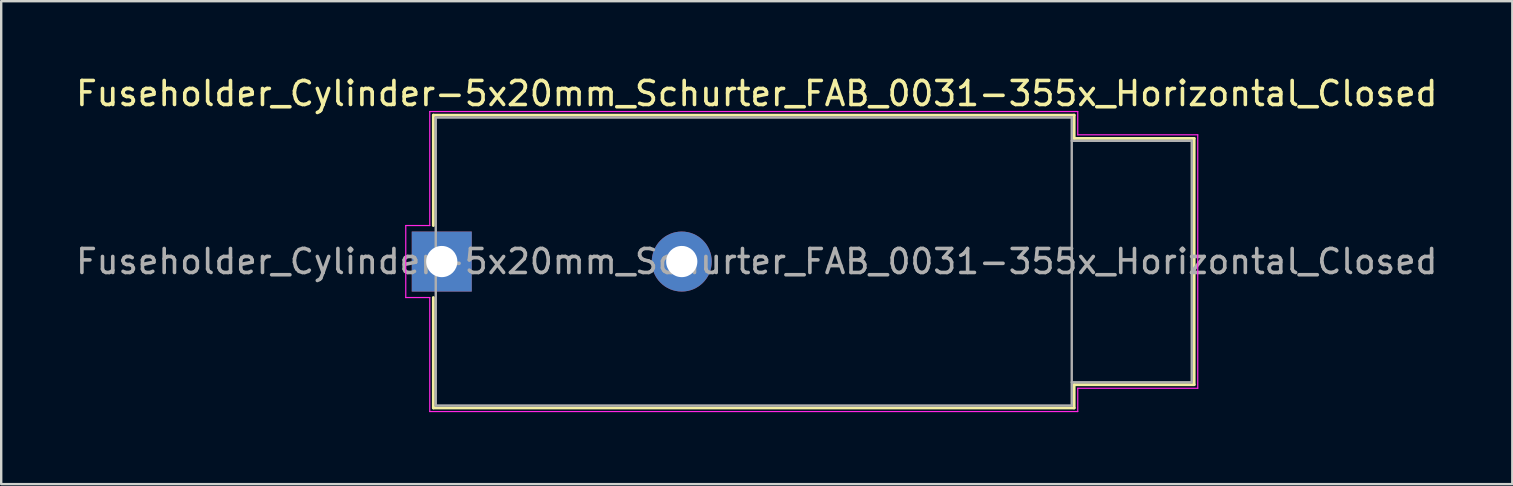
<source format=kicad_pcb>
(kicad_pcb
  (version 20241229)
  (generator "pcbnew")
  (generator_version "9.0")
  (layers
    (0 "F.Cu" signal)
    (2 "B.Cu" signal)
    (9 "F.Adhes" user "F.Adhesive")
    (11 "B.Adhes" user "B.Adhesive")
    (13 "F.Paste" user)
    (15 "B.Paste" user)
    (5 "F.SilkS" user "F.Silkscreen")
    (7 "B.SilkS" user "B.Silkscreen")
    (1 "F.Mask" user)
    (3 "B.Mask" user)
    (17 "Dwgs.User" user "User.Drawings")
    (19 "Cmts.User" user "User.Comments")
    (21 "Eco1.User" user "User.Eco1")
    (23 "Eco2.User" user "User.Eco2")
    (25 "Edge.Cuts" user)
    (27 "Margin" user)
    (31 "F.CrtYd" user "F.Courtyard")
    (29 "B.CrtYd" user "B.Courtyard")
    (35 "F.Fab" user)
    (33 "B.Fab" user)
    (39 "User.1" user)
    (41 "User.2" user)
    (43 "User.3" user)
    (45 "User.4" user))
  (footprint "Fuseholder_Cylinder-5x20mm_Schurter_FAB_0031-355x_Horizontal_Closed"
    (layer "F.Cu")
    (at 15.357 7.848)
    (property "Reference" "Fuseholder_Cylinder-5x20mm_Schurter_FAB_0031-355x_Horizontal_Closed" (at 13.125 -7 0) (layer "F.SilkS") (effects (font (size 1 1) (thickness 0.15))))
    (attr through_hole)
    (fp_line (start -0.35 -6.1) (end -0.35 -1.5) (stroke (width 0.12) (type solid)) (layer "F.SilkS"))
    (fp_line (start -0.35 1.5) (end -0.35 6.1) (stroke (width 0.12) (type solid)) (layer "F.SilkS"))
    (fp_line (start -0.35 6.1) (end 26.35 6.1) (stroke (width 0.12) (type solid)) (layer "F.SilkS"))
    (fp_line (start 26.35 -6.1) (end -0.35 -6.1) (stroke (width 0.12) (type solid)) (layer "F.SilkS"))
    (fp_line (start 26.35 -5.13) (end 26.35 -6.1) (stroke (width 0.12) (type solid)) (layer "F.SilkS"))
    (fp_line (start 26.35 -5.13) (end 31.35 -5.13) (stroke (width 0.12) (type solid)) (layer "F.SilkS"))
    (fp_line (start 26.35 5.13) (end 26.35 6.1) (stroke (width 0.12) (type solid)) (layer "F.SilkS"))
    (fp_line (start 31.35 -5.13) (end 31.35 5.13) (stroke (width 0.12) (type solid)) (layer "F.SilkS"))
    (fp_line (start 31.35 5.13) (end 26.35 5.13) (stroke (width 0.12) (type solid)) (layer "F.SilkS"))
    (fp_line (start -1.5 -1.5) (end -1.5 1.5) (stroke (width 0.05) (type solid)) (layer "F.CrtYd"))
    (fp_line (start -1.5 1.5) (end -0.5 1.5) (stroke (width 0.05) (type solid)) (layer "F.CrtYd"))
    (fp_line (start -0.5 -6.25) (end -0.5 -1.5) (stroke (width 0.05) (type solid)) (layer "F.CrtYd"))
    (fp_line (start -0.5 -6.25) (end 26.5 -6.25) (stroke (width 0.05) (type solid)) (layer "F.CrtYd"))
    (fp_line (start -0.5 -1.5) (end -1.5 -1.5) (stroke (width 0.05) (type solid)) (layer "F.CrtYd"))
    (fp_line (start -0.5 1.5) (end -0.5 6.25) (stroke (width 0.05) (type solid)) (layer "F.CrtYd"))
    (fp_line (start 26.5 -6.25) (end 26.5 -5.28) (stroke (width 0.05) (type solid)) (layer "F.CrtYd"))
    (fp_line (start 26.5 5.28) (end 26.5 6.25) (stroke (width 0.05) (type solid)) (layer "F.CrtYd"))
    (fp_line (start 26.5 5.28) (end 31.5 5.28) (stroke (width 0.05) (type solid)) (layer "F.CrtYd"))
    (fp_line (start 26.5 6.25) (end -0.5 6.25) (stroke (width 0.05) (type solid)) (layer "F.CrtYd"))
    (fp_line (start 31.5 -5.28) (end 26.5 -5.28) (stroke (width 0.05) (type solid)) (layer "F.CrtYd"))
    (fp_line (start 31.5 5.28) (end 31.5 -5.28) (stroke (width 0.05) (type solid)) (layer "F.CrtYd"))
    (fp_line (start -0.25 -6) (end 26.25 -6) (stroke (width 0.1) (type solid)) (layer "F.Fab"))
    (fp_line (start -0.25 6) (end -0.25 -6) (stroke (width 0.1) (type solid)) (layer "F.Fab"))
    (fp_line (start 26.25 -6) (end 26.25 6) (stroke (width 0.1) (type solid)) (layer "F.Fab"))
    (fp_line (start 26.25 -5.03) (end 31.25 -5.03) (stroke (width 0.1) (type solid)) (layer "F.Fab"))
    (fp_line (start 26.25 6) (end -0.25 6) (stroke (width 0.1) (type solid)) (layer "F.Fab"))
    (fp_line (start 31.25 -5.03) (end 31.25 5.03) (stroke (width 0.1) (type solid)) (layer "F.Fab"))
    (fp_line (start 31.25 5.03) (end 26.25 5.03) (stroke (width 0.1) (type solid)) (layer "F.Fab"))
    (fp_text user "${REFERENCE}" (at 13.125 0 0) (layer "F.Fab") (effects (font (size 1 1) (thickness 0.15))))
    (pad "1" thru_hole rect (at 0 0) (size 2.5 2.5) (drill 1.3) (layers "*.Cu" "*.Mask"))
    (pad "2" thru_hole circle (at 10 0) (size 2.5 2.5) (drill 1.3) (layers "*.Cu" "*.Mask")))
  (gr_rect
    (start -3 -3)
    (end 59.964 17.123)
    (stroke (width 0.1) (type default))
    (fill no)
    (layer "Edge.Cuts")))
</source>
